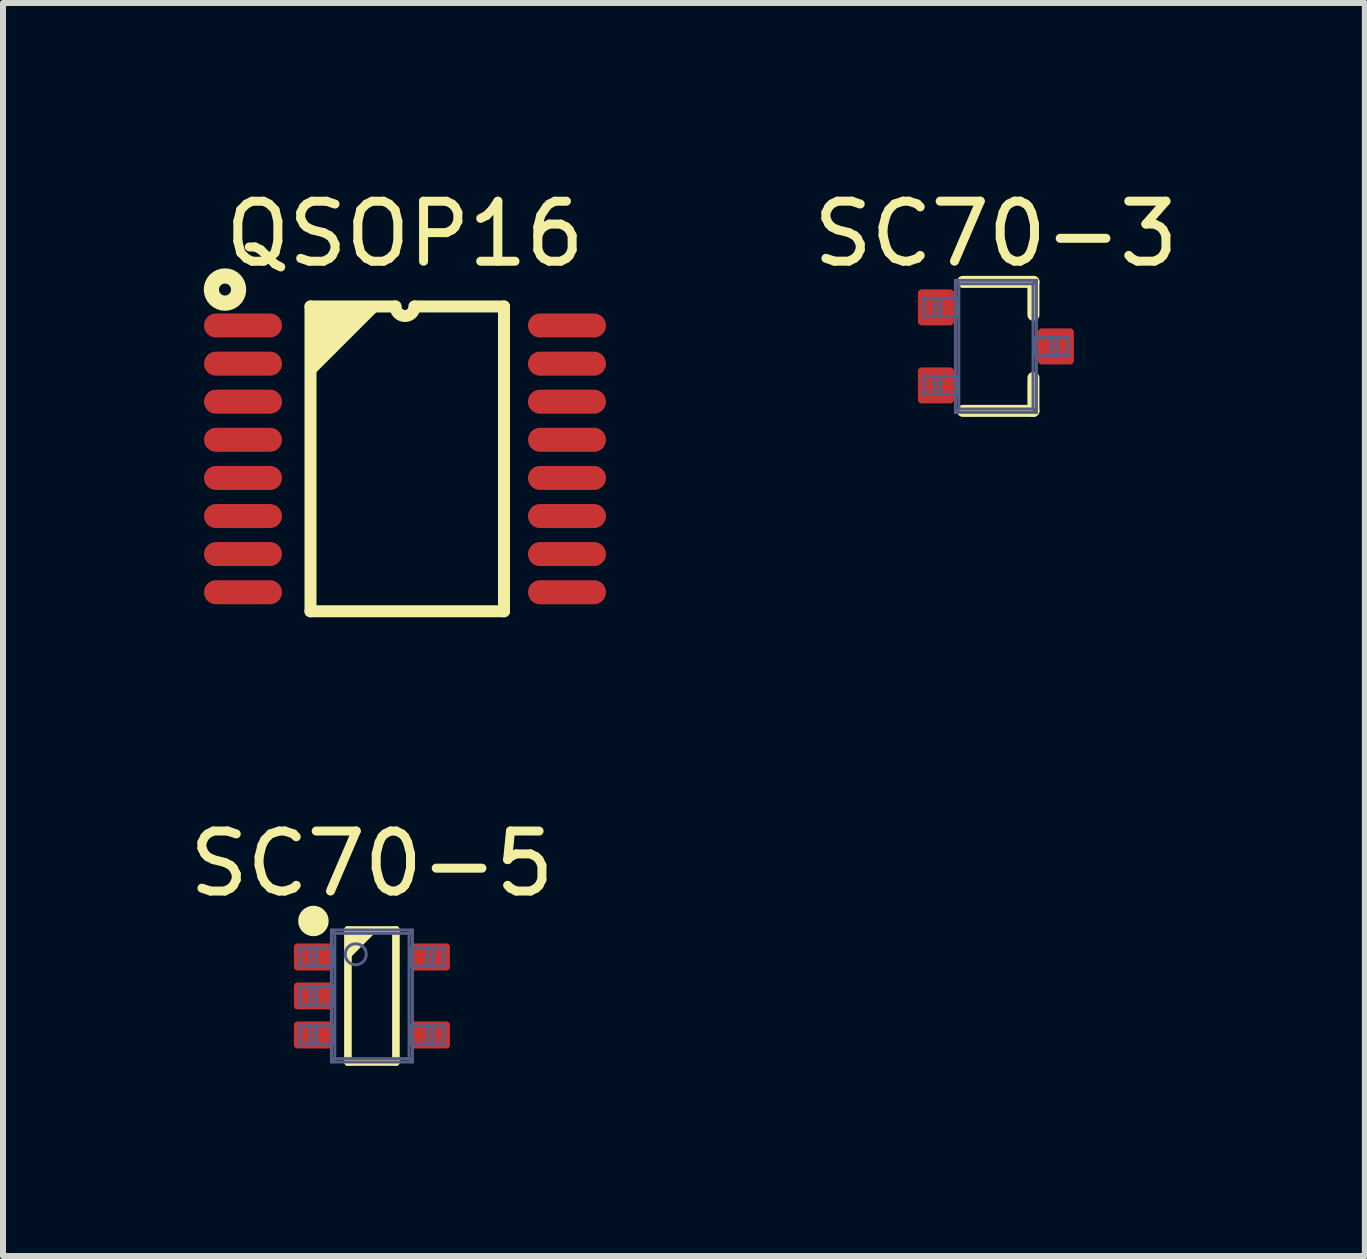
<source format=kicad_pcb>
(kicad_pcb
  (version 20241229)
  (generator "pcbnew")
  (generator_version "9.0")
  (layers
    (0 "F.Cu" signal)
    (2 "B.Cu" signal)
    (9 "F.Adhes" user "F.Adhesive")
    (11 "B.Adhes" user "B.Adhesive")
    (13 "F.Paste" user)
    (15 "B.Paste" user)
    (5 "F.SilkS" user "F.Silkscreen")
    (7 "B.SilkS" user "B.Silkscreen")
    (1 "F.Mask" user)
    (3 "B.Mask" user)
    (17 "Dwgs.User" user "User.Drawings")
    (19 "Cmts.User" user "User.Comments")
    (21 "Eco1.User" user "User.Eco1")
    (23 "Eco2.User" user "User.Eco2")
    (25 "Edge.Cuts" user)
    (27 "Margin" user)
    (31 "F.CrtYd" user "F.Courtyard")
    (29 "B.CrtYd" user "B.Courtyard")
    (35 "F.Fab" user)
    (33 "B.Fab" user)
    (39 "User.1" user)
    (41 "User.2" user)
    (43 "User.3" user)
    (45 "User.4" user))
  (footprint "QSOP16"
    (layer "F.Cu")
    (at 3.7 4.598)
    (property "Reference" "QSOP16" (at 0 -3.749 0) (layer "F.SilkS") (effects (font (size 1 1) (thickness 0.15))))
    (fp_line (start -1.575 -2.54) (end -0.159 -2.54) (stroke (width 0.2) (type solid)) (layer "F.SilkS"))
    (fp_line (start -1.575 2.54) (end -1.575 -2.54) (stroke (width 0.2) (type solid)) (layer "F.SilkS"))
    (fp_line (start -1.575 2.54) (end 1.65 2.54) (stroke (width 0.2) (type solid)) (layer "F.SilkS"))
    (fp_line (start 0.159 -2.54) (end 1.65 -2.54) (stroke (width 0.2) (type solid)) (layer "F.SilkS"))
    (fp_line (start 1.65 2.54) (end 1.65 -2.54) (stroke (width 0.2) (type solid)) (layer "F.SilkS"))
    (fp_arc (start 0.15875 -2.54) (mid 0 -2.38125) (end -0.15875 -2.54) (stroke (width 0.2) (type solid)) (layer "F.SilkS"))
    (fp_circle (center -3 -2.822) (end -3 -2.922) (stroke (width 0.254) (type solid)) (fill no) (layer "F.SilkS"))
    (fp_poly (pts (xy -0.4 -2.522) (xy -1.6 -1.322) (xy -1.6 -2.522)) (stroke (width 0) (type default)) (fill yes) (layer "F.SilkS"))
    (fp_line (start -3.6 -2.8) (end 3.6 -2.8) (stroke (width 0.2) (type solid)) (layer "Eco2.User"))
    (fp_line (start -3.6 2.8) (end -3.6 -2.8) (stroke (width 0.2) (type solid)) (layer "Eco2.User"))
    (fp_line (start -3.6 2.8) (end 3.6 2.8) (stroke (width 0.2) (type solid)) (layer "Eco2.User"))
    (fp_line (start 3.6 2.8) (end 3.6 -2.8) (stroke (width 0.2) (type solid)) (layer "Eco2.User"))
    (fp_circle (center 0 0) (end 0 -0.127) (stroke (width 0.254) (type solid)) (fill no) (layer "Eco2.User"))
    (pad "1" smd oval (at -2.7 -2.223) (size 1.3 0.4) (layers "F.Cu" "F.Mask" "F.Paste"))
    (pad "2" smd oval (at -2.7 -1.587) (size 1.3 0.4) (layers "F.Cu" "F.Mask" "F.Paste"))
    (pad "3" smd oval (at -2.7 -0.953) (size 1.3 0.4) (layers "F.Cu" "F.Mask" "F.Paste"))
    (pad "4" smd oval (at -2.7 -0.318) (size 1.3 0.4) (layers "F.Cu" "F.Mask" "F.Paste"))
    (pad "5" smd oval (at -2.7 0.318) (size 1.3 0.4) (layers "F.Cu" "F.Mask" "F.Paste"))
    (pad "6" smd oval (at -2.7 0.953) (size 1.3 0.4) (layers "F.Cu" "F.Mask" "F.Paste"))
    (pad "7" smd oval (at -2.7 1.587) (size 1.3 0.4) (layers "F.Cu" "F.Mask" "F.Paste"))
    (pad "8" smd oval (at -2.7 2.223) (size 1.3 0.4) (layers "F.Cu" "F.Mask" "F.Paste"))
    (pad "9" smd oval (at 2.7 2.223) (size 1.3 0.4) (layers "F.Cu" "F.Mask" "F.Paste"))
    (pad "10" smd oval (at 2.7 1.587) (size 1.3 0.4) (layers "F.Cu" "F.Mask" "F.Paste"))
    (pad "11" smd oval (at 2.7 0.953) (size 1.3 0.4) (layers "F.Cu" "F.Mask" "F.Paste"))
    (pad "12" smd oval (at 2.7 0.318) (size 1.3 0.4) (layers "F.Cu" "F.Mask" "F.Paste"))
    (pad "13" smd oval (at 2.7 -0.318) (size 1.3 0.4) (layers "F.Cu" "F.Mask" "F.Paste"))
    (pad "14" smd oval (at 2.7 -0.953) (size 1.3 0.4) (layers "F.Cu" "F.Mask" "F.Paste"))
    (pad "15" smd oval (at 2.7 -1.587) (size 1.3 0.4) (layers "F.Cu" "F.Mask" "F.Paste"))
    (pad "16" smd oval (at 2.7 -2.223) (size 1.3 0.4) (layers "F.Cu" "F.Mask" "F.Paste")))
  (footprint "SC70-3"
    (layer "F.Cu")
    (at 13.549 2.723)
    (property "Reference" "SC70-3" (at 0 -1.875 0) (layer "F.SilkS") (effects (font (size 1 1) (thickness 0.15))))
    (fp_line (start -0.55 -1.075) (end 0.625 -1.075) (stroke (width 0.2) (type solid)) (layer "F.SilkS"))
    (fp_line (start -0.55 1.075) (end 0.625 1.075) (stroke (width 0.2) (type solid)) (layer "F.SilkS"))
    (fp_line (start 0.625 -0.525) (end 0.625 -1.075) (stroke (width 0.2) (type solid)) (layer "F.SilkS"))
    (fp_line (start 0.625 1.075) (end 0.625 0.525) (stroke (width 0.2) (type solid)) (layer "F.SilkS"))
    (fp_line (start -1.6 -1.2) (end 1.6 -1.2) (stroke (width 0.076) (type solid)) (layer "Eco2.User"))
    (fp_line (start -1.6 1.2) (end -1.6 -1.2) (stroke (width 0.076) (type solid)) (layer "Eco2.User"))
    (fp_line (start -1.6 1.2) (end 1.6 1.2) (stroke (width 0.076) (type solid)) (layer "Eco2.User"))
    (fp_line (start 1.6 1.2) (end 1.6 -1.2) (stroke (width 0.076) (type solid)) (layer "Eco2.User"))
    (fp_circle (center 0 0) (end 0 -0.125) (stroke (width 0.25) (type solid)) (fill no) (layer "Eco2.User"))
    (fp_line (start -1.2 -0.8) (end -0.654 -0.8) (stroke (width 0.05) (type solid)) (layer "B.Fab"))
    (fp_line (start -1.2 -0.5) (end -1.2 -0.8) (stroke (width 0.05) (type solid)) (layer "B.Fab"))
    (fp_line (start -1.2 -0.5) (end -0.654 -0.5) (stroke (width 0.05) (type solid)) (layer "B.Fab"))
    (fp_line (start -1.2 0.5) (end -0.654 0.5) (stroke (width 0.05) (type solid)) (layer "B.Fab"))
    (fp_line (start -1.2 0.8) (end -1.2 0.5) (stroke (width 0.05) (type solid)) (layer "B.Fab"))
    (fp_line (start -1.2 0.8) (end -0.654 0.8) (stroke (width 0.05) (type solid)) (layer "B.Fab"))
    (fp_line (start -1.028 -0.5) (end -1.028 -0.8) (stroke (width 0.05) (type solid)) (layer "B.Fab"))
    (fp_line (start -1.028 0.8) (end -1.028 0.5) (stroke (width 0.05) (type solid)) (layer "B.Fab"))
    (fp_line (start -0.937 -0.5) (end -0.937 -0.8) (stroke (width 0.05) (type solid)) (layer "B.Fab"))
    (fp_line (start -0.937 0.8) (end -0.937 0.5) (stroke (width 0.05) (type solid)) (layer "B.Fab"))
    (fp_line (start -0.925 -0.5) (end -0.925 -0.8) (stroke (width 0.05) (type solid)) (layer "B.Fab"))
    (fp_line (start -0.925 0.8) (end -0.925 0.5) (stroke (width 0.05) (type solid)) (layer "B.Fab"))
    (fp_line (start -0.675 -1.1) (end -0.619 -1.043) (stroke (width 0.05) (type solid)) (layer "B.Fab"))
    (fp_line (start -0.675 -1.1) (end 0.675 -1.1) (stroke (width 0.05) (type solid)) (layer "B.Fab"))
    (fp_line (start -0.675 1.1) (end -0.675 -1.1) (stroke (width 0.05) (type solid)) (layer "B.Fab"))
    (fp_line (start -0.675 1.1) (end -0.619 1.044) (stroke (width 0.05) (type solid)) (layer "B.Fab"))
    (fp_line (start -0.675 1.1) (end 0.675 1.1) (stroke (width 0.05) (type solid)) (layer "B.Fab"))
    (fp_line (start -0.654 -0.5) (end -0.654 -0.8) (stroke (width 0.05) (type solid)) (layer "B.Fab"))
    (fp_line (start -0.654 0.8) (end -0.654 0.5) (stroke (width 0.05) (type solid)) (layer "B.Fab"))
    (fp_line (start -0.619 -1.043) (end -0.619 1.044) (stroke (width 0.05) (type solid)) (layer "B.Fab"))
    (fp_line (start -0.619 -1.043) (end 0.619 -1.043) (stroke (width 0.05) (type solid)) (layer "B.Fab"))
    (fp_line (start -0.619 1.044) (end 0.619 1.044) (stroke (width 0.05) (type solid)) (layer "B.Fab"))
    (fp_line (start 0.619 -1.043) (end 0.675 -1.1) (stroke (width 0.05) (type solid)) (layer "B.Fab"))
    (fp_line (start 0.619 1.044) (end 0.619 -1.043) (stroke (width 0.05) (type solid)) (layer "B.Fab"))
    (fp_line (start 0.619 1.044) (end 0.675 1.1) (stroke (width 0.05) (type solid)) (layer "B.Fab"))
    (fp_line (start 0.654 -0.15) (end 1.2 -0.15) (stroke (width 0.05) (type solid)) (layer "B.Fab"))
    (fp_line (start 0.654 0.15) (end 0.654 -0.15) (stroke (width 0.05) (type solid)) (layer "B.Fab"))
    (fp_line (start 0.654 0.15) (end 1.2 0.15) (stroke (width 0.05) (type solid)) (layer "B.Fab"))
    (fp_line (start 0.675 1.1) (end 0.675 -1.1) (stroke (width 0.05) (type solid)) (layer "B.Fab"))
    (fp_line (start 0.925 0.15) (end 0.925 -0.15) (stroke (width 0.05) (type solid)) (layer "B.Fab"))
    (fp_line (start 0.937 0.15) (end 0.937 -0.15) (stroke (width 0.05) (type solid)) (layer "B.Fab"))
    (fp_line (start 1.028 0.15) (end 1.028 -0.15) (stroke (width 0.05) (type solid)) (layer "B.Fab"))
    (fp_line (start 1.2 0.15) (end 1.2 -0.15) (stroke (width 0.05) (type solid)) (layer "B.Fab"))
    (pad "1" smd roundrect (at -1 -0.65) (size 0.6 0.6) (layers "F.Cu" "F.Mask" "F.Paste") (roundrect_rratio 0.1))
    (pad "2" smd roundrect (at -1 0.65) (size 0.6 0.6) (layers "F.Cu" "F.Mask" "F.Paste") (roundrect_rratio 0.1))
    (pad "3" smd roundrect (at 1 0) (size 0.6 0.6) (layers "F.Cu" "F.Mask" "F.Paste") (roundrect_rratio 0.1)))
  (footprint "SC70-5"
    (layer "F.Cu")
    (at 3.149 13.55)
    (property "Reference" "SC70-5" (at 0 -2.204 0) (layer "F.SilkS") (effects (font (size 1 1) (thickness 0.15))))
    (fp_line (start -0.4 -1.1) (end 0.4 -1.1) (stroke (width 0.127) (type solid)) (layer "F.SilkS"))
    (fp_line (start -0.4 1.1) (end -0.4 -1.1) (stroke (width 0.127) (type solid)) (layer "F.SilkS"))
    (fp_line (start -0.4 1.1) (end 0.4 1.1) (stroke (width 0.127) (type solid)) (layer "F.SilkS"))
    (fp_line (start 0.4 1.1) (end 0.4 -1.1) (stroke (width 0.127) (type solid)) (layer "F.SilkS"))
    (fp_circle (center -0.975 -1.25) (end -0.975 -1.377) (stroke (width 0.254) (type solid)) (fill no) (layer "F.SilkS"))
    (fp_poly (pts (xy 0.1 -1.1) (xy -0.4 -0.6) (xy -0.4 -1.1)) (stroke (width 0) (type default)) (fill yes) (layer "F.SilkS"))
    (fp_line (start -1.524 -1.27) (end 1.524 -1.27) (stroke (width 0.127) (type solid)) (layer "Eco2.User"))
    (fp_line (start -1.524 1.27) (end -1.524 -1.27) (stroke (width 0.127) (type solid)) (layer "Eco2.User"))
    (fp_line (start -1.524 1.27) (end 1.524 1.27) (stroke (width 0.127) (type solid)) (layer "Eco2.User"))
    (fp_line (start 1.524 1.27) (end 1.524 -1.27) (stroke (width 0.127) (type solid)) (layer "Eco2.User"))
    (fp_circle (center 0 0) (end 0 -0.064) (stroke (width 0.127) (type solid)) (fill no) (layer "Eco2.User"))
    (fp_line (start -1.2 -0.8) (end -0.654 -0.8) (stroke (width 0.05) (type solid)) (layer "B.Fab"))
    (fp_line (start -1.2 -0.5) (end -1.2 -0.8) (stroke (width 0.05) (type solid)) (layer "B.Fab"))
    (fp_line (start -1.2 -0.5) (end -0.654 -0.5) (stroke (width 0.05) (type solid)) (layer "B.Fab"))
    (fp_line (start -1.2 -0.15) (end -0.654 -0.15) (stroke (width 0.05) (type solid)) (layer "B.Fab"))
    (fp_line (start -1.2 0.15) (end -1.2 -0.15) (stroke (width 0.05) (type solid)) (layer "B.Fab"))
    (fp_line (start -1.2 0.15) (end -0.654 0.15) (stroke (width 0.05) (type solid)) (layer "B.Fab"))
    (fp_line (start -1.2 0.5) (end -0.654 0.5) (stroke (width 0.05) (type solid)) (layer "B.Fab"))
    (fp_line (start -1.2 0.8) (end -1.2 0.5) (stroke (width 0.05) (type solid)) (layer "B.Fab"))
    (fp_line (start -1.2 0.8) (end -0.654 0.8) (stroke (width 0.05) (type solid)) (layer "B.Fab"))
    (fp_line (start -1.028 -0.5) (end -1.028 -0.8) (stroke (width 0.05) (type solid)) (layer "B.Fab"))
    (fp_line (start -1.028 0.15) (end -1.028 -0.15) (stroke (width 0.05) (type solid)) (layer "B.Fab"))
    (fp_line (start -1.028 0.8) (end -1.028 0.5) (stroke (width 0.05) (type solid)) (layer "B.Fab"))
    (fp_line (start -0.937 -0.5) (end -0.937 -0.8) (stroke (width 0.05) (type solid)) (layer "B.Fab"))
    (fp_line (start -0.937 0.15) (end -0.937 -0.15) (stroke (width 0.05) (type solid)) (layer "B.Fab"))
    (fp_line (start -0.937 0.8) (end -0.937 0.5) (stroke (width 0.05) (type solid)) (layer "B.Fab"))
    (fp_line (start -0.925 -0.5) (end -0.925 -0.8) (stroke (width 0.05) (type solid)) (layer "B.Fab"))
    (fp_line (start -0.925 0.15) (end -0.925 -0.15) (stroke (width 0.05) (type solid)) (layer "B.Fab"))
    (fp_line (start -0.925 0.8) (end -0.925 0.5) (stroke (width 0.05) (type solid)) (layer "B.Fab"))
    (fp_line (start -0.675 -1.1) (end -0.619 -1.044) (stroke (width 0.05) (type solid)) (layer "B.Fab"))
    (fp_line (start -0.675 -1.1) (end 0.675 -1.1) (stroke (width 0.05) (type solid)) (layer "B.Fab"))
    (fp_line (start -0.675 1.1) (end -0.675 -1.1) (stroke (width 0.05) (type solid)) (layer "B.Fab"))
    (fp_line (start -0.675 1.1) (end -0.619 1.044) (stroke (width 0.05) (type solid)) (layer "B.Fab"))
    (fp_line (start -0.675 1.1) (end 0.675 1.1) (stroke (width 0.05) (type solid)) (layer "B.Fab"))
    (fp_line (start -0.654 -0.5) (end -0.654 -0.8) (stroke (width 0.05) (type solid)) (layer "B.Fab"))
    (fp_line (start -0.654 0.15) (end -0.654 -0.15) (stroke (width 0.05) (type solid)) (layer "B.Fab"))
    (fp_line (start -0.654 0.8) (end -0.654 0.5) (stroke (width 0.05) (type solid)) (layer "B.Fab"))
    (fp_line (start -0.619 -1.044) (end 0.619 -1.044) (stroke (width 0.05) (type solid)) (layer "B.Fab"))
    (fp_line (start -0.619 1.044) (end -0.619 -1.044) (stroke (width 0.05) (type solid)) (layer "B.Fab"))
    (fp_line (start -0.619 1.044) (end 0.619 1.044) (stroke (width 0.05) (type solid)) (layer "B.Fab"))
    (fp_line (start 0.619 -1.044) (end 0.675 -1.1) (stroke (width 0.05) (type solid)) (layer "B.Fab"))
    (fp_line (start 0.619 1.044) (end 0.619 -1.044) (stroke (width 0.05) (type solid)) (layer "B.Fab"))
    (fp_line (start 0.619 1.044) (end 0.675 1.1) (stroke (width 0.05) (type solid)) (layer "B.Fab"))
    (fp_line (start 0.654 -0.8) (end 1.2 -0.8) (stroke (width 0.05) (type solid)) (layer "B.Fab"))
    (fp_line (start 0.654 -0.5) (end 0.654 -0.8) (stroke (width 0.05) (type solid)) (layer "B.Fab"))
    (fp_line (start 0.654 -0.5) (end 1.2 -0.5) (stroke (width 0.05) (type solid)) (layer "B.Fab"))
    (fp_line (start 0.654 0.5) (end 1.2 0.5) (stroke (width 0.05) (type solid)) (layer "B.Fab"))
    (fp_line (start 0.654 0.8) (end 0.654 0.5) (stroke (width 0.05) (type solid)) (layer "B.Fab"))
    (fp_line (start 0.654 0.8) (end 1.2 0.8) (stroke (width 0.05) (type solid)) (layer "B.Fab"))
    (fp_line (start 0.675 1.1) (end 0.675 -1.1) (stroke (width 0.05) (type solid)) (layer "B.Fab"))
    (fp_line (start 0.925 -0.5) (end 0.925 -0.8) (stroke (width 0.05) (type solid)) (layer "B.Fab"))
    (fp_line (start 0.925 0.8) (end 0.925 0.5) (stroke (width 0.05) (type solid)) (layer "B.Fab"))
    (fp_line (start 0.937 -0.5) (end 0.937 -0.8) (stroke (width 0.05) (type solid)) (layer "B.Fab"))
    (fp_line (start 0.937 0.8) (end 0.937 0.5) (stroke (width 0.05) (type solid)) (layer "B.Fab"))
    (fp_line (start 1.028 -0.8) (end 1.028 -0.5) (stroke (width 0.05) (type solid)) (layer "B.Fab"))
    (fp_line (start 1.028 0.8) (end 1.028 0.5) (stroke (width 0.05) (type solid)) (layer "B.Fab"))
    (fp_line (start 1.2 -0.5) (end 1.2 -0.8) (stroke (width 0.05) (type solid)) (layer "B.Fab"))
    (fp_line (start 1.2 0.8) (end 1.2 0.5) (stroke (width 0.05) (type solid)) (layer "B.Fab"))
    (fp_circle (center -0.27 -0.695) (end -0.27 -0.87) (stroke (width 0.05) (type solid)) (fill no) (layer "B.Fab"))
    (pad "1" smd roundrect (at -0.975 -0.65 270) (size 0.45 0.65) (layers "F.Cu" "F.Mask" "F.Paste") (roundrect_rratio 0.125))
    (pad "2" smd roundrect (at -0.975 0.00001 270) (size 0.45 0.65) (layers "F.Cu" "F.Mask" "F.Paste") (roundrect_rratio 0.125))
    (pad "3" smd roundrect (at -0.975 0.65 270) (size 0.45 0.65) (layers "F.Cu" "F.Mask" "F.Paste") (roundrect_rratio 0.125))
    (pad "4" smd roundrect (at 0.975 0.65 270) (size 0.45 0.65) (layers "F.Cu" "F.Mask" "F.Paste") (roundrect_rratio 0.125))
    (pad "5" smd roundrect (at 0.975 -0.65 270) (size 0.45 0.65) (layers "F.Cu" "F.Mask" "F.Paste") (roundrect_rratio 0.125)))
  (gr_rect
    (start -3 -3)
    (end 19.698 17.884)
    (stroke (width 0.1) (type default))
    (fill no)
    (layer "Edge.Cuts")))
</source>
